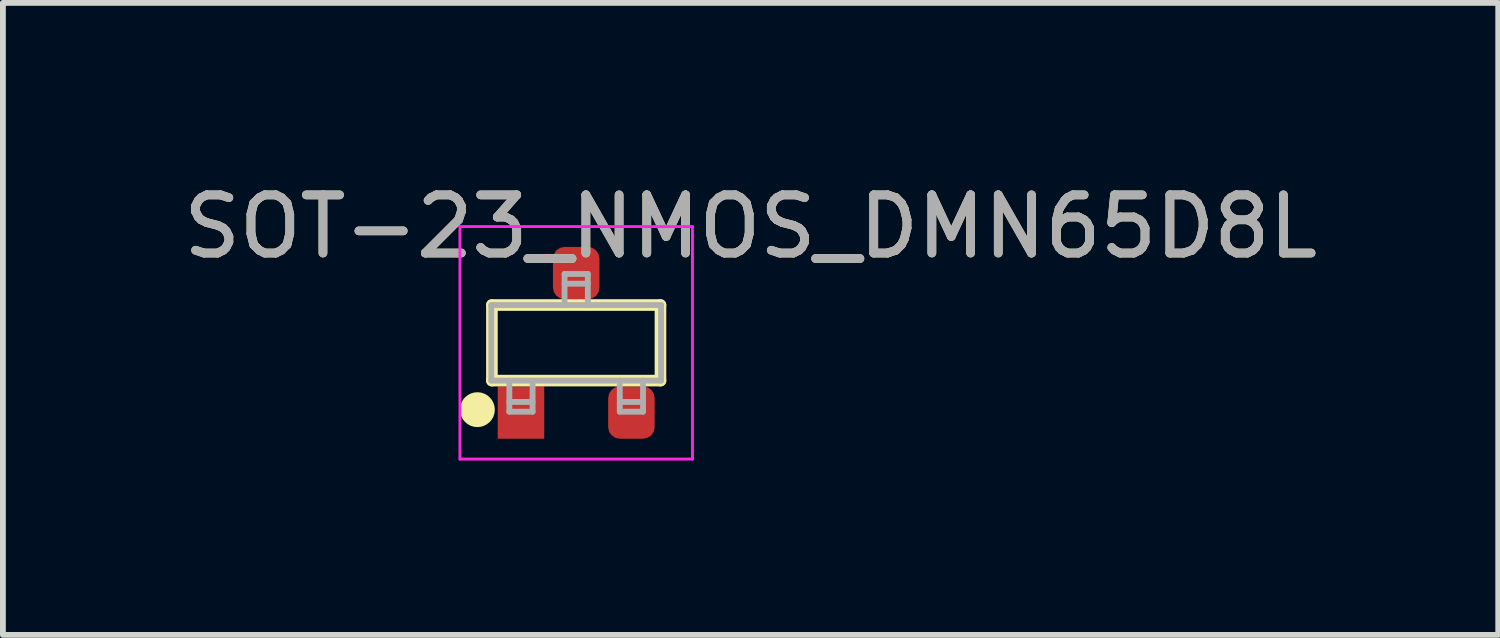
<source format=kicad_pcb>
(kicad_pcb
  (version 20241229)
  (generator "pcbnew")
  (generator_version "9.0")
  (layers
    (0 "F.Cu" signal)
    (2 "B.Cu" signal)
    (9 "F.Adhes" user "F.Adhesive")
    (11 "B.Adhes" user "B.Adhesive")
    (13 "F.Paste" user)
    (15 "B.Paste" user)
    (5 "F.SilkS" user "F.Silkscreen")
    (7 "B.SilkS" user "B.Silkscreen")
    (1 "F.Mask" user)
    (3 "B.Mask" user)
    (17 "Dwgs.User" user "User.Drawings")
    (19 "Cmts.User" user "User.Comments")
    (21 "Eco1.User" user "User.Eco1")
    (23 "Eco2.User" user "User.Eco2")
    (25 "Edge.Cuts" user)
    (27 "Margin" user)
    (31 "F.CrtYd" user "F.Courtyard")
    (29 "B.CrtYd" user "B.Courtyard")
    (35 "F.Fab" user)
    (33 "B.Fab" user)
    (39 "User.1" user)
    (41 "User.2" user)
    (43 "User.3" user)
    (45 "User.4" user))
  (footprint "SOT-23_NMOS_DMN65D8L"
    (layer "F.Cu")
    (at 6.863 2.848)
    (property "Reference" "SOT-23_NMOS_DMN65D8L" (at 3 -2 0) (unlocked yes) (layer "F.SilkS") (effects (font (size 1 1) (thickness 0.15))))
    (attr smd)
    (fp_line (start -1.45 -0.65) (end 1.45 -0.65) (stroke (width 0.2) (type solid)) (layer "F.SilkS"))
    (fp_line (start -1.45 0.65) (end -1.45 -0.65) (stroke (width 0.2) (type solid)) (layer "F.SilkS"))
    (fp_line (start 1.45 -0.65) (end 1.45 0.65) (stroke (width 0.2) (type solid)) (layer "F.SilkS"))
    (fp_line (start 1.45 0.65) (end -1.45 0.65) (stroke (width 0.2) (type solid)) (layer "F.SilkS"))
    (fp_circle (center -1.7 1.15) (end -1.55 1.15) (stroke (width 0.3) (type solid)) (fill no) (layer "F.SilkS"))
    (fp_line (start -0.95 0) (end -0.45 0) (stroke (width 0.05) (type solid)) (layer "Eco1.User"))
    (fp_line (start -0.95 0.6) (end -0.95 0) (stroke (width 0.05) (type solid)) (layer "Eco1.User"))
    (fp_line (start -0.3 -0.1) (end -0.3 0.1) (stroke (width 0.05) (type solid)) (layer "Eco1.User"))
    (fp_line (start -0.3 0) (end -0.45 0) (stroke (width 0.05) (type solid)) (layer "Eco1.User"))
    (fp_line (start -0.3 0.1) (end -0.3 0) (stroke (width 0.05) (type solid)) (layer "Eco1.User"))
    (fp_line (start -0.2 -0.25) (end -0.2 0.2) (stroke (width 0.05) (type solid)) (layer "Eco1.User"))
    (fp_line (start -0.2 0.1) (end 0 0.1) (stroke (width 0.05) (type solid)) (layer "Eco1.User"))
    (fp_line (start -0.1 0.05) (end 0 0.1) (stroke (width 0.05) (type solid)) (layer "Eco1.User"))
    (fp_line (start -0.1 0.15) (end -0.1 0.05) (stroke (width 0.05) (type solid)) (layer "Eco1.User"))
    (fp_line (start 0 -0.6) (end 0 -0.15) (stroke (width 0.05) (type solid)) (layer "Eco1.User"))
    (fp_line (start 0 -0.15) (end -0.2 -0.15) (stroke (width 0.05) (type solid)) (layer "Eco1.User"))
    (fp_line (start 0 0.1) (end -0.1 0.15) (stroke (width 0.05) (type solid)) (layer "Eco1.User"))
    (fp_line (start 0 0.1) (end 0 0.4) (stroke (width 0.05) (type solid)) (layer "Eco1.User"))
    (fp_line (start 0 0.4) (end 0.95 0.4) (stroke (width 0.05) (type solid)) (layer "Eco1.User"))
    (fp_line (start 0.95 0.4) (end 0.95 0.6) (stroke (width 0.05) (type solid)) (layer "Eco1.User"))
    (fp_line (start -2 -2) (end -2 2) (stroke (width 0.05) (type solid)) (layer "F.CrtYd"))
    (fp_line (start -2 2) (end 2 2) (stroke (width 0.05) (type solid)) (layer "F.CrtYd"))
    (fp_line (start 2 -2) (end -2 -2) (stroke (width 0.05) (type solid)) (layer "F.CrtYd"))
    (fp_line (start 2 2) (end 2 -2) (stroke (width 0.05) (type solid)) (layer "F.CrtYd"))
    (fp_line (start -1.46 -0.65) (end -1.46 0.65) (stroke (width 0.1) (type solid)) (layer "F.Fab"))
    (fp_line (start -1.46 0.65) (end 1.46 0.65) (stroke (width 0.1) (type solid)) (layer "F.Fab"))
    (fp_line (start -1.15 1.017) (end -0.75 1.017) (stroke (width 0.1) (type solid)) (layer "F.Fab"))
    (fp_line (start -1.15 1.185) (end -1.15 0.65) (stroke (width 0.1) (type solid)) (layer "F.Fab"))
    (fp_line (start -1.15 1.185) (end -0.75 1.185) (stroke (width 0.1) (type solid)) (layer "F.Fab"))
    (fp_line (start -0.75 1.185) (end -0.75 0.65) (stroke (width 0.1) (type solid)) (layer "F.Fab"))
    (fp_line (start -0.2 -1.185) (end -0.2 -0.65) (stroke (width 0.1) (type solid)) (layer "F.Fab"))
    (fp_line (start -0.2 -1.185) (end 0.2 -1.185) (stroke (width 0.1) (type solid)) (layer "F.Fab"))
    (fp_line (start -0.2 -1.017) (end 0.2 -1.017) (stroke (width 0.1) (type solid)) (layer "F.Fab"))
    (fp_line (start 0.2 -1.185) (end 0.2 -0.65) (stroke (width 0.1) (type solid)) (layer "F.Fab"))
    (fp_line (start 0.75 1.017) (end 1.15 1.017) (stroke (width 0.1) (type solid)) (layer "F.Fab"))
    (fp_line (start 0.75 1.185) (end 0.75 0.65) (stroke (width 0.1) (type solid)) (layer "F.Fab"))
    (fp_line (start 0.75 1.185) (end 1.15 1.185) (stroke (width 0.1) (type solid)) (layer "F.Fab"))
    (fp_line (start 1.15 1.185) (end 1.15 0.65) (stroke (width 0.1) (type solid)) (layer "F.Fab"))
    (fp_line (start 1.46 -0.65) (end -1.46 -0.65) (stroke (width 0.1) (type solid)) (layer "F.Fab"))
    (fp_line (start 1.46 0.65) (end 1.46 -0.65) (stroke (width 0.1) (type solid)) (layer "F.Fab"))
    (fp_text user "${REFERENCE}" (at 3 -2 0) (layer "F.Fab") (effects (font (size 1 1) (thickness 0.15))))
    (pad "1" smd rect (at -0.95 1.2) (size 0.8 0.9) (layers "F.Cu" "F.Mask" "F.Paste"))
    (pad "2" smd roundrect (at 0 -1.2) (size 0.8 0.9) (layers "F.Cu" "F.Mask" "F.Paste") (roundrect_rratio 0.25))
    (pad "3" smd roundrect (at 0.95 1.2) (size 0.8 0.9) (layers "F.Cu" "F.Mask" "F.Paste") (roundrect_rratio 0.25)))
  (gr_rect
    (start -3 -3)
    (end 22.726 7.873)
    (stroke (width 0.1) (type default))
    (fill no)
    (layer "Edge.Cuts")))
</source>
